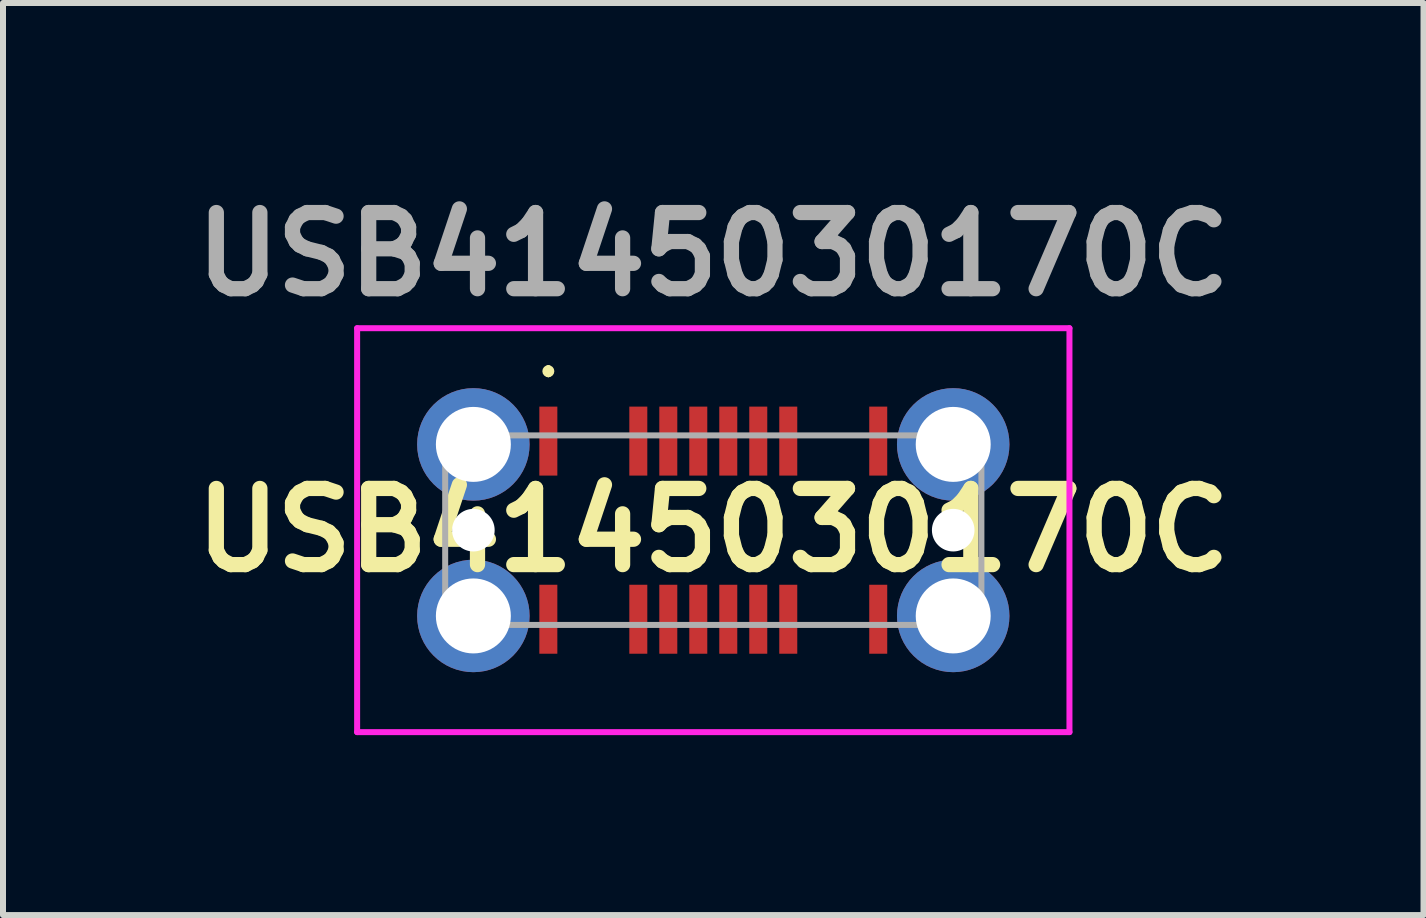
<source format=kicad_pcb>
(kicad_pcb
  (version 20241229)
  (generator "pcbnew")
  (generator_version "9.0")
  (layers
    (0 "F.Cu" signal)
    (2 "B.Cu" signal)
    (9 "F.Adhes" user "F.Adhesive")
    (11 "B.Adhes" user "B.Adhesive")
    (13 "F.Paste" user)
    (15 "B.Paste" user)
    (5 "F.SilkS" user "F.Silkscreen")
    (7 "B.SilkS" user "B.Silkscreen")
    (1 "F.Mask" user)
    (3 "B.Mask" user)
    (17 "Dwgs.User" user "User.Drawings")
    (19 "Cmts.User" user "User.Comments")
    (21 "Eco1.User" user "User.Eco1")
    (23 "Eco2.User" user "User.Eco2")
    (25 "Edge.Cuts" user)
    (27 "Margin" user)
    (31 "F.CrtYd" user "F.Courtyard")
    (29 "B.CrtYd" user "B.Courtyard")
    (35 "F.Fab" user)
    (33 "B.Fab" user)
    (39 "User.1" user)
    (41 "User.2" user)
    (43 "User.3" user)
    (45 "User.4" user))
  (footprint "USB4145030170C"
    (layer "F.Cu")
    (at 8.842 5.789)
    (property "Reference" "USB4145030170C" (at 0 0 0) (layer "F.SilkS") (effects (font (size 1.27 1.27) (thickness 0.254))))
    (attr through_hole)
    (fp_line (start -2.75 -2.7) (end -2.75 -2.7) (stroke (width 0.1) (type solid)) (layer "F.SilkS"))
    (fp_line (start -2.75 -2.6) (end -2.75 -2.6) (stroke (width 0.1) (type solid)) (layer "F.SilkS"))
    (fp_arc (start -2.75 -2.7) (mid -2.7 -2.65) (end -2.75 -2.6) (stroke (width 0.1) (type solid)) (layer "F.SilkS"))
    (fp_arc (start -2.75 -2.6) (mid -2.8 -2.65) (end -2.75 -2.7) (stroke (width 0.1) (type solid)) (layer "F.SilkS"))
    (fp_line (start -5.938 -3.367) (end 5.938 -3.367) (stroke (width 0.1) (type solid)) (layer "F.CrtYd"))
    (fp_line (start -5.938 3.367) (end -5.938 -3.367) (stroke (width 0.1) (type solid)) (layer "F.CrtYd"))
    (fp_line (start 5.938 -3.367) (end 5.938 3.367) (stroke (width 0.1) (type solid)) (layer "F.CrtYd"))
    (fp_line (start 5.938 3.367) (end -5.938 3.367) (stroke (width 0.1) (type solid)) (layer "F.CrtYd"))
    (fp_line (start -4.47 -1.58) (end 4.47 -1.58) (stroke (width 0.1) (type solid)) (layer "F.Fab"))
    (fp_line (start -4.47 1.58) (end -4.47 -1.58) (stroke (width 0.1) (type solid)) (layer "F.Fab"))
    (fp_line (start 4.47 -1.58) (end 4.47 1.58) (stroke (width 0.1) (type solid)) (layer "F.Fab"))
    (fp_line (start 4.47 1.58) (end -4.47 1.58) (stroke (width 0.1) (type solid)) (layer "F.Fab"))
    (fp_text user "${REFERENCE}" (at 0 -4.6 0) (layer "F.Fab") (effects (font (size 1.27 1.27) (thickness 0.254))))
    (pad "" np_thru_hole circle (at -4 0) (size 0.71 0.71) (drill 0.71) (layers "*.Cu" "*.Mask"))
    (pad "" np_thru_hole circle (at 4 0) (size 0.71 0.71) (drill 0.71) (layers "*.Cu" "*.Mask"))
    (pad "A1" smd rect (at -2.75 -1.485) (size 0.3 1.15) (layers "F.Cu" "F.Mask" "F.Paste"))
    (pad "A4" smd rect (at -1.25 -1.485) (size 0.3 1.15) (layers "F.Cu" "F.Mask" "F.Paste"))
    (pad "A5" smd rect (at -0.75 -1.485) (size 0.3 1.15) (layers "F.Cu" "F.Mask" "F.Paste"))
    (pad "A6" smd rect (at -0.25 -1.485) (size 0.3 1.15) (layers "F.Cu" "F.Mask" "F.Paste"))
    (pad "A7" smd rect (at 0.25 -1.485) (size 0.3 1.15) (layers "F.Cu" "F.Mask" "F.Paste"))
    (pad "A8" smd rect (at 0.75 -1.485) (size 0.3 1.15) (layers "F.Cu" "F.Mask" "F.Paste"))
    (pad "A9" smd rect (at 1.25 -1.485) (size 0.3 1.15) (layers "F.Cu" "F.Mask" "F.Paste"))
    (pad "A12" smd rect (at 2.75 -1.485) (size 0.3 1.15) (layers "F.Cu" "F.Mask" "F.Paste"))
    (pad "B1" smd rect (at 2.75 1.485) (size 0.3 1.15) (layers "F.Cu" "F.Mask" "F.Paste"))
    (pad "B4" smd rect (at 1.25 1.485) (size 0.3 1.15) (layers "F.Cu" "F.Mask" "F.Paste"))
    (pad "B5" smd rect (at 0.75 1.485) (size 0.3 1.15) (layers "F.Cu" "F.Mask" "F.Paste"))
    (pad "B6" smd rect (at 0.25 1.485) (size 0.3 1.15) (layers "F.Cu" "F.Mask" "F.Paste"))
    (pad "B7" smd rect (at -0.25 1.485) (size 0.3 1.15) (layers "F.Cu" "F.Mask" "F.Paste"))
    (pad "B8" smd rect (at -0.75 1.485) (size 0.3 1.15) (layers "F.Cu" "F.Mask" "F.Paste"))
    (pad "B9" smd rect (at -1.25 1.485) (size 0.3 1.15) (layers "F.Cu" "F.Mask" "F.Paste"))
    (pad "B12" smd rect (at -2.75 1.485) (size 0.3 1.15) (layers "F.Cu" "F.Mask" "F.Paste"))
    (pad "S1" thru_hole circle (at -4 -1.43) (size 1.875 1.875) (drill 1.25) (layers "*.Cu" "*.Mask"))
    (pad "S1" thru_hole circle (at -4 1.43) (size 1.875 1.875) (drill 1.25) (layers "*.Cu" "*.Mask"))
    (pad "S1" thru_hole circle (at 4 -1.43) (size 1.875 1.875) (drill 1.25) (layers "*.Cu" "*.Mask"))
    (pad "S1" thru_hole circle (at 4 1.43) (size 1.875 1.875) (drill 1.25) (layers "*.Cu" "*.Mask")))
  (gr_rect
    (start -3 -3)
    (end 20.683 12.206)
    (stroke (width 0.1) (type default))
    (fill no)
    (layer "Edge.Cuts")))
</source>
